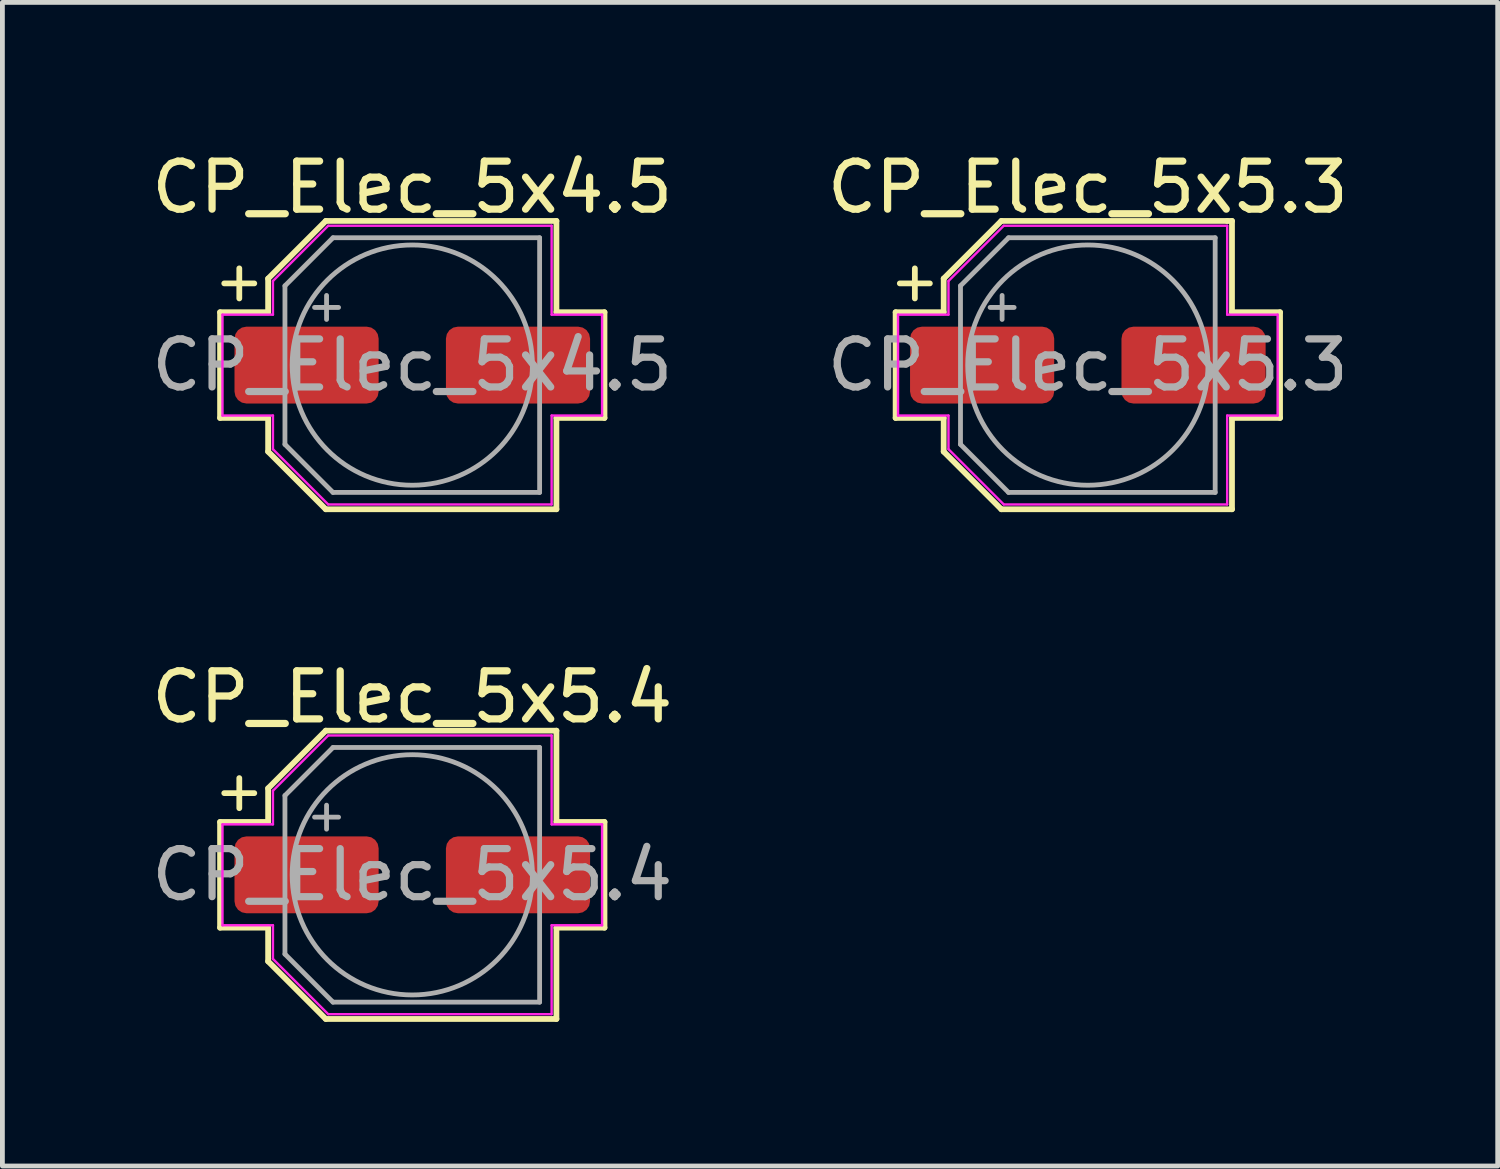
<source format=kicad_pcb>
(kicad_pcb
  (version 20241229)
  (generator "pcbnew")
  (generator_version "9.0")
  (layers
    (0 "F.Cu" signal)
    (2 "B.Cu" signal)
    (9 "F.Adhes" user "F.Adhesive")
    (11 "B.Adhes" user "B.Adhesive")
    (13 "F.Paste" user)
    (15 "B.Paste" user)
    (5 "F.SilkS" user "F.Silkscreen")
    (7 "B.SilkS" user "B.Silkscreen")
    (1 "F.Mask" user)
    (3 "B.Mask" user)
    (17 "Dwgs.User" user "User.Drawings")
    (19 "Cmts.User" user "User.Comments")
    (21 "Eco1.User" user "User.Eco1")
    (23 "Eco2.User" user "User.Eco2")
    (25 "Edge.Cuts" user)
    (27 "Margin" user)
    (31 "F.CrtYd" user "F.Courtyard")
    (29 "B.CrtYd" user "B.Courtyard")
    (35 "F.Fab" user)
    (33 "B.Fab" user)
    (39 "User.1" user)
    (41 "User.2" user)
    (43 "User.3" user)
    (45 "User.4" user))
  (footprint "CP_Elec_5x4.5"
    (layer "F.Cu")
    (at 5.53 4.548)
    (property "Reference" "CP_Elec_5x4.5" (at 0 -3.7 0) (layer "F.SilkS") (effects (font (size 1 1) (thickness 0.15))))
    (attr smd)
    (fp_line (start -4 -1.1) (end -4 1.1) (stroke (width 0.12) (type solid)) (layer "F.SilkS"))
    (fp_line (start -4 1.1) (end -3 1.1) (stroke (width 0.12) (type solid)) (layer "F.SilkS"))
    (fp_line (start -3.913 -1.7) (end -3.288 -1.7) (stroke (width 0.12) (type solid)) (layer "F.SilkS"))
    (fp_line (start -3.6 -2.013) (end -3.6 -1.387) (stroke (width 0.12) (type solid)) (layer "F.SilkS"))
    (fp_line (start -3 -1.8) (end -3 -1.1) (stroke (width 0.12) (type solid)) (layer "F.SilkS"))
    (fp_line (start -3 -1.1) (end -4 -1.1) (stroke (width 0.12) (type solid)) (layer "F.SilkS"))
    (fp_line (start -3 1.1) (end -3 1.8) (stroke (width 0.12) (type solid)) (layer "F.SilkS"))
    (fp_line (start -3 1.8) (end -1.8 3) (stroke (width 0.12) (type solid)) (layer "F.SilkS"))
    (fp_line (start -1.8 -3) (end -3 -1.8) (stroke (width 0.12) (type solid)) (layer "F.SilkS"))
    (fp_line (start -1.8 3) (end 3 3) (stroke (width 0.12) (type solid)) (layer "F.SilkS"))
    (fp_line (start 3 -3) (end -1.8 -3) (stroke (width 0.12) (type solid)) (layer "F.SilkS"))
    (fp_line (start 3 -1.1) (end 3 -3) (stroke (width 0.12) (type solid)) (layer "F.SilkS"))
    (fp_line (start 3 1.1) (end 4 1.1) (stroke (width 0.12) (type solid)) (layer "F.SilkS"))
    (fp_line (start 3 3) (end 3 1.1) (stroke (width 0.12) (type solid)) (layer "F.SilkS"))
    (fp_line (start 4 -1.1) (end 3 -1.1) (stroke (width 0.12) (type solid)) (layer "F.SilkS"))
    (fp_line (start 4 1.1) (end 4 -1.1) (stroke (width 0.12) (type solid)) (layer "F.SilkS"))
    (fp_line (start -3.95 -1.05) (end -3.95 1.05) (stroke (width 0.05) (type solid)) (layer "F.CrtYd"))
    (fp_line (start -3.95 1.05) (end -2.9 1.05) (stroke (width 0.05) (type solid)) (layer "F.CrtYd"))
    (fp_line (start -2.9 -1.75) (end -2.9 -1.05) (stroke (width 0.05) (type solid)) (layer "F.CrtYd"))
    (fp_line (start -2.9 -1.75) (end -1.75 -2.9) (stroke (width 0.05) (type solid)) (layer "F.CrtYd"))
    (fp_line (start -2.9 -1.05) (end -3.95 -1.05) (stroke (width 0.05) (type solid)) (layer "F.CrtYd"))
    (fp_line (start -2.9 1.05) (end -2.9 1.75) (stroke (width 0.05) (type solid)) (layer "F.CrtYd"))
    (fp_line (start -2.9 1.75) (end -1.75 2.9) (stroke (width 0.05) (type solid)) (layer "F.CrtYd"))
    (fp_line (start -1.75 -2.9) (end 2.9 -2.9) (stroke (width 0.05) (type solid)) (layer "F.CrtYd"))
    (fp_line (start -1.75 2.9) (end 2.9 2.9) (stroke (width 0.05) (type solid)) (layer "F.CrtYd"))
    (fp_line (start 2.9 -2.9) (end 2.9 -1.05) (stroke (width 0.05) (type solid)) (layer "F.CrtYd"))
    (fp_line (start 2.9 -1.05) (end 3.95 -1.05) (stroke (width 0.05) (type solid)) (layer "F.CrtYd"))
    (fp_line (start 2.9 1.05) (end 2.9 2.9) (stroke (width 0.05) (type solid)) (layer "F.CrtYd"))
    (fp_line (start 3.95 -1.05) (end 3.95 1.05) (stroke (width 0.05) (type solid)) (layer "F.CrtYd"))
    (fp_line (start 3.95 1.05) (end 2.9 1.05) (stroke (width 0.05) (type solid)) (layer "F.CrtYd"))
    (fp_line (start -2.65 -1.65) (end -2.65 1.65) (stroke (width 0.1) (type solid)) (layer "F.Fab"))
    (fp_line (start -2.65 -1.65) (end -1.65 -2.65) (stroke (width 0.1) (type solid)) (layer "F.Fab"))
    (fp_line (start -2.65 1.65) (end -1.65 2.65) (stroke (width 0.1) (type solid)) (layer "F.Fab"))
    (fp_line (start -2.034 -1.2) (end -1.534 -1.2) (stroke (width 0.1) (type solid)) (layer "F.Fab"))
    (fp_line (start -1.784 -1.45) (end -1.784 -0.95) (stroke (width 0.1) (type solid)) (layer "F.Fab"))
    (fp_line (start -1.65 -2.65) (end 2.65 -2.65) (stroke (width 0.1) (type solid)) (layer "F.Fab"))
    (fp_line (start -1.65 2.65) (end 2.65 2.65) (stroke (width 0.1) (type solid)) (layer "F.Fab"))
    (fp_line (start 2.65 -2.65) (end 2.65 2.65) (stroke (width 0.1) (type solid)) (layer "F.Fab"))
    (fp_circle (center 0 0) (end 2.5 0) (stroke (width 0.1) (type solid)) (fill no) (layer "F.Fab"))
    (fp_text user "${REFERENCE}" (at 0 0 0) (layer "F.Fab") (effects (font (size 1 1) (thickness 0.15))))
    (pad "1" smd roundrect (at -2.2 0) (size 3 1.6) (layers "F.Cu" "F.Mask" "F.Paste") (roundrect_rratio 0.156))
    (pad "2" smd roundrect (at 2.2 0) (size 3 1.6) (layers "F.Cu" "F.Mask" "F.Paste") (roundrect_rratio 0.156)))
  (footprint "CP_Elec_5x5.4"
    (layer "F.Cu")
    (at 5.53 15.156)
    (property "Reference" "CP_Elec_5x5.4" (at 0 -3.7 0) (layer "F.SilkS") (effects (font (size 1 1) (thickness 0.15))))
    (attr smd)
    (fp_line (start -4 -1.1) (end -4 1.1) (stroke (width 0.12) (type solid)) (layer "F.SilkS"))
    (fp_line (start -4 1.1) (end -3 1.1) (stroke (width 0.12) (type solid)) (layer "F.SilkS"))
    (fp_line (start -3.913 -1.7) (end -3.288 -1.7) (stroke (width 0.12) (type solid)) (layer "F.SilkS"))
    (fp_line (start -3.6 -2.013) (end -3.6 -1.387) (stroke (width 0.12) (type solid)) (layer "F.SilkS"))
    (fp_line (start -3 -1.8) (end -3 -1.1) (stroke (width 0.12) (type solid)) (layer "F.SilkS"))
    (fp_line (start -3 -1.1) (end -4 -1.1) (stroke (width 0.12) (type solid)) (layer "F.SilkS"))
    (fp_line (start -3 1.1) (end -3 1.8) (stroke (width 0.12) (type solid)) (layer "F.SilkS"))
    (fp_line (start -3 1.8) (end -1.8 3) (stroke (width 0.12) (type solid)) (layer "F.SilkS"))
    (fp_line (start -1.8 -3) (end -3 -1.8) (stroke (width 0.12) (type solid)) (layer "F.SilkS"))
    (fp_line (start -1.8 3) (end 3 3) (stroke (width 0.12) (type solid)) (layer "F.SilkS"))
    (fp_line (start 3 -3) (end -1.8 -3) (stroke (width 0.12) (type solid)) (layer "F.SilkS"))
    (fp_line (start 3 -1.1) (end 3 -3) (stroke (width 0.12) (type solid)) (layer "F.SilkS"))
    (fp_line (start 3 1.1) (end 4 1.1) (stroke (width 0.12) (type solid)) (layer "F.SilkS"))
    (fp_line (start 3 3) (end 3 1.1) (stroke (width 0.12) (type solid)) (layer "F.SilkS"))
    (fp_line (start 4 -1.1) (end 3 -1.1) (stroke (width 0.12) (type solid)) (layer "F.SilkS"))
    (fp_line (start 4 1.1) (end 4 -1.1) (stroke (width 0.12) (type solid)) (layer "F.SilkS"))
    (fp_line (start -3.95 -1.05) (end -3.95 1.05) (stroke (width 0.05) (type solid)) (layer "F.CrtYd"))
    (fp_line (start -3.95 1.05) (end -2.9 1.05) (stroke (width 0.05) (type solid)) (layer "F.CrtYd"))
    (fp_line (start -2.9 -1.75) (end -2.9 -1.05) (stroke (width 0.05) (type solid)) (layer "F.CrtYd"))
    (fp_line (start -2.9 -1.75) (end -1.75 -2.9) (stroke (width 0.05) (type solid)) (layer "F.CrtYd"))
    (fp_line (start -2.9 -1.05) (end -3.95 -1.05) (stroke (width 0.05) (type solid)) (layer "F.CrtYd"))
    (fp_line (start -2.9 1.05) (end -2.9 1.75) (stroke (width 0.05) (type solid)) (layer "F.CrtYd"))
    (fp_line (start -2.9 1.75) (end -1.75 2.9) (stroke (width 0.05) (type solid)) (layer "F.CrtYd"))
    (fp_line (start -1.75 -2.9) (end 2.9 -2.9) (stroke (width 0.05) (type solid)) (layer "F.CrtYd"))
    (fp_line (start -1.75 2.9) (end 2.9 2.9) (stroke (width 0.05) (type solid)) (layer "F.CrtYd"))
    (fp_line (start 2.9 -2.9) (end 2.9 -1.05) (stroke (width 0.05) (type solid)) (layer "F.CrtYd"))
    (fp_line (start 2.9 -1.05) (end 3.95 -1.05) (stroke (width 0.05) (type solid)) (layer "F.CrtYd"))
    (fp_line (start 2.9 1.05) (end 2.9 2.9) (stroke (width 0.05) (type solid)) (layer "F.CrtYd"))
    (fp_line (start 3.95 -1.05) (end 3.95 1.05) (stroke (width 0.05) (type solid)) (layer "F.CrtYd"))
    (fp_line (start 3.95 1.05) (end 2.9 1.05) (stroke (width 0.05) (type solid)) (layer "F.CrtYd"))
    (fp_line (start -2.65 -1.65) (end -2.65 1.65) (stroke (width 0.1) (type solid)) (layer "F.Fab"))
    (fp_line (start -2.65 -1.65) (end -1.65 -2.65) (stroke (width 0.1) (type solid)) (layer "F.Fab"))
    (fp_line (start -2.65 1.65) (end -1.65 2.65) (stroke (width 0.1) (type solid)) (layer "F.Fab"))
    (fp_line (start -2.034 -1.2) (end -1.534 -1.2) (stroke (width 0.1) (type solid)) (layer "F.Fab"))
    (fp_line (start -1.784 -1.45) (end -1.784 -0.95) (stroke (width 0.1) (type solid)) (layer "F.Fab"))
    (fp_line (start -1.65 -2.65) (end 2.65 -2.65) (stroke (width 0.1) (type solid)) (layer "F.Fab"))
    (fp_line (start -1.65 2.65) (end 2.65 2.65) (stroke (width 0.1) (type solid)) (layer "F.Fab"))
    (fp_line (start 2.65 -2.65) (end 2.65 2.65) (stroke (width 0.1) (type solid)) (layer "F.Fab"))
    (fp_circle (center 0 0) (end 2.5 0) (stroke (width 0.1) (type solid)) (fill no) (layer "F.Fab"))
    (fp_text user "${REFERENCE}" (at 0 0 0) (layer "F.Fab") (effects (font (size 1 1) (thickness 0.15))))
    (pad "1" smd roundrect (at -2.2 0) (size 3 1.6) (layers "F.Cu" "F.Mask" "F.Paste") (roundrect_rratio 0.156))
    (pad "2" smd roundrect (at 2.2 0) (size 3 1.6) (layers "F.Cu" "F.Mask" "F.Paste") (roundrect_rratio 0.156)))
  (footprint "CP_Elec_5x5.3"
    (layer "F.Cu")
    (at 19.589 4.548)
    (property "Reference" "CP_Elec_5x5.3" (at 0 -3.7 0) (layer "F.SilkS") (effects (font (size 1 1) (thickness 0.15))))
    (attr smd)
    (fp_line (start -4 -1.1) (end -3 -1.1) (stroke (width 0.12) (type solid)) (layer "F.SilkS"))
    (fp_line (start -4 1.1) (end -4 -1.1) (stroke (width 0.12) (type solid)) (layer "F.SilkS"))
    (fp_line (start -3.913 -1.7) (end -3.288 -1.7) (stroke (width 0.12) (type solid)) (layer "F.SilkS"))
    (fp_line (start -3.6 -2.013) (end -3.6 -1.387) (stroke (width 0.12) (type solid)) (layer "F.SilkS"))
    (fp_line (start -3 -1.8) (end -1.8 -3) (stroke (width 0.12) (type solid)) (layer "F.SilkS"))
    (fp_line (start -3 -1.1) (end -3 -1.8) (stroke (width 0.12) (type solid)) (layer "F.SilkS"))
    (fp_line (start -3 1.1) (end -4 1.1) (stroke (width 0.12) (type solid)) (layer "F.SilkS"))
    (fp_line (start -3 1.8) (end -3 1.1) (stroke (width 0.12) (type solid)) (layer "F.SilkS"))
    (fp_line (start -1.8 -3) (end 2.9 -3) (stroke (width 0.12) (type solid)) (layer "F.SilkS"))
    (fp_line (start -1.8 3) (end -3 1.8) (stroke (width 0.12) (type solid)) (layer "F.SilkS"))
    (fp_line (start 2.9 -3) (end 3 -3) (stroke (width 0.12) (type solid)) (layer "F.SilkS"))
    (fp_line (start 3 -3) (end 3 -1.1) (stroke (width 0.12) (type solid)) (layer "F.SilkS"))
    (fp_line (start 3 -1.1) (end 4 -1.1) (stroke (width 0.12) (type solid)) (layer "F.SilkS"))
    (fp_line (start 3 1.1) (end 3 3) (stroke (width 0.12) (type solid)) (layer "F.SilkS"))
    (fp_line (start 3 3) (end -1.8 3) (stroke (width 0.12) (type solid)) (layer "F.SilkS"))
    (fp_line (start 4 -1.1) (end 4 1.1) (stroke (width 0.12) (type solid)) (layer "F.SilkS"))
    (fp_line (start 4 1.1) (end 3 1.1) (stroke (width 0.12) (type solid)) (layer "F.SilkS"))
    (fp_line (start -3.95 -1.05) (end -3.95 1.05) (stroke (width 0.05) (type solid)) (layer "F.CrtYd"))
    (fp_line (start -3.95 1.05) (end -2.9 1.05) (stroke (width 0.05) (type solid)) (layer "F.CrtYd"))
    (fp_line (start -2.9 -1.75) (end -2.9 -1.05) (stroke (width 0.05) (type solid)) (layer "F.CrtYd"))
    (fp_line (start -2.9 -1.75) (end -1.75 -2.9) (stroke (width 0.05) (type solid)) (layer "F.CrtYd"))
    (fp_line (start -2.9 -1.05) (end -3.95 -1.05) (stroke (width 0.05) (type solid)) (layer "F.CrtYd"))
    (fp_line (start -2.9 1.05) (end -2.9 1.75) (stroke (width 0.05) (type solid)) (layer "F.CrtYd"))
    (fp_line (start -2.9 1.75) (end -1.75 2.9) (stroke (width 0.05) (type solid)) (layer "F.CrtYd"))
    (fp_line (start -1.75 -2.9) (end 2.9 -2.9) (stroke (width 0.05) (type solid)) (layer "F.CrtYd"))
    (fp_line (start -1.75 2.9) (end 2.9 2.9) (stroke (width 0.05) (type solid)) (layer "F.CrtYd"))
    (fp_line (start 2.9 -2.9) (end 2.9 -1.05) (stroke (width 0.05) (type solid)) (layer "F.CrtYd"))
    (fp_line (start 2.9 -1.05) (end 3.95 -1.05) (stroke (width 0.05) (type solid)) (layer "F.CrtYd"))
    (fp_line (start 2.9 1.05) (end 2.9 2.9) (stroke (width 0.05) (type solid)) (layer "F.CrtYd"))
    (fp_line (start 3.95 -1.05) (end 3.95 1.05) (stroke (width 0.05) (type solid)) (layer "F.CrtYd"))
    (fp_line (start 3.95 1.05) (end 2.9 1.05) (stroke (width 0.05) (type solid)) (layer "F.CrtYd"))
    (fp_line (start -2.65 -1.65) (end -2.65 1.65) (stroke (width 0.1) (type solid)) (layer "F.Fab"))
    (fp_line (start -2.65 -1.65) (end -1.65 -2.65) (stroke (width 0.1) (type solid)) (layer "F.Fab"))
    (fp_line (start -2.65 1.65) (end -1.65 2.65) (stroke (width 0.1) (type solid)) (layer "F.Fab"))
    (fp_line (start -2.034 -1.2) (end -1.534 -1.2) (stroke (width 0.1) (type solid)) (layer "F.Fab"))
    (fp_line (start -1.784 -1.45) (end -1.784 -0.95) (stroke (width 0.1) (type solid)) (layer "F.Fab"))
    (fp_line (start -1.65 -2.65) (end 2.65 -2.65) (stroke (width 0.1) (type solid)) (layer "F.Fab"))
    (fp_line (start -1.65 2.65) (end 2.65 2.65) (stroke (width 0.1) (type solid)) (layer "F.Fab"))
    (fp_line (start 2.65 -2.65) (end 2.65 2.65) (stroke (width 0.1) (type solid)) (layer "F.Fab"))
    (fp_circle (center 0 0) (end 2.5 0) (stroke (width 0.1) (type solid)) (fill no) (layer "F.Fab"))
    (fp_text user "${REFERENCE}" (at 0 0 0) (layer "F.Fab") (effects (font (size 1 1) (thickness 0.15))))
    (pad "1" smd roundrect (at -2.2 0) (size 3 1.6) (layers "F.Cu" "F.Mask" "F.Paste") (roundrect_rratio 0.156))
    (pad "2" smd roundrect (at 2.2 0) (size 3 1.6) (layers "F.Cu" "F.Mask" "F.Paste") (roundrect_rratio 0.156)))
  (gr_rect
    (start -3 -3)
    (end 28.119 21.216)
    (stroke (width 0.1) (type default))
    (fill no)
    (layer "Edge.Cuts")))
</source>
